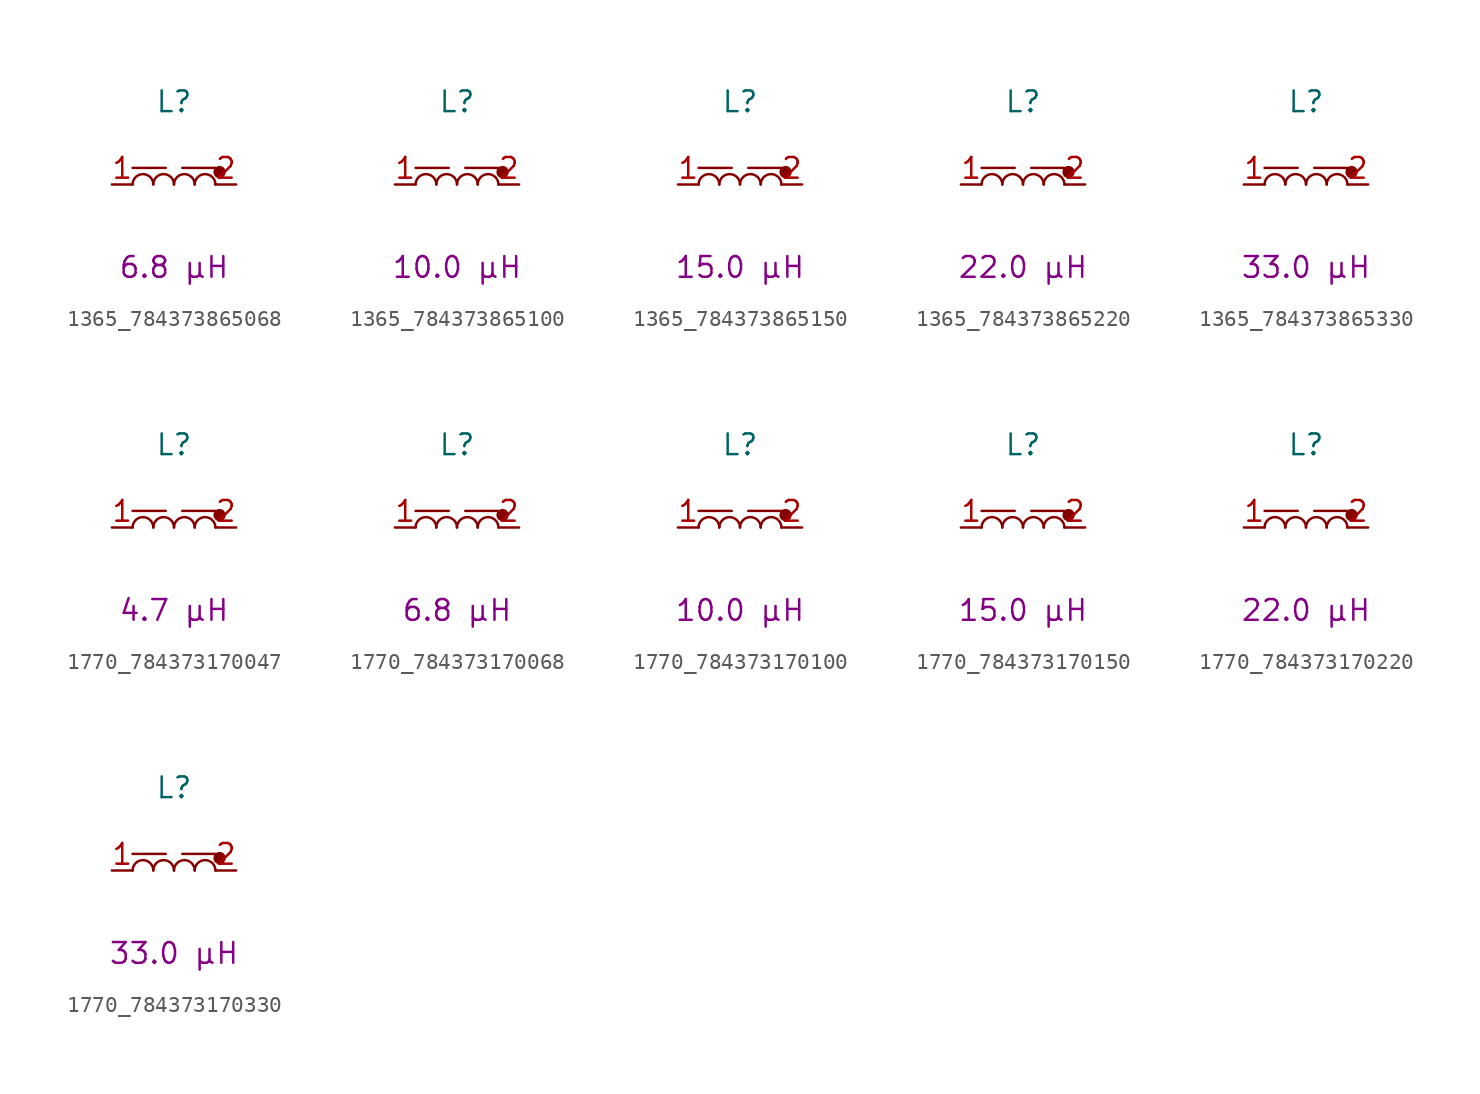
<source format=kicad_sym>
(kicad_symbol_lib
  (version 20220914)
  (generator kicad_symbol_editor)
  (symbol "1365_784373865068"
    (pin_names hide)
    (property "Reference" "L"
      (at 0 5.08 0)
      (effects (font (size 1.27 1.27))))
    (property "Critical Parameter" "6.8 µH"
      (at 0 -5.08 0)
      (effects (font (size 1.27 1.27))))
    (symbol "1365_784373865068_0_1"
      (arc (start -1.27 0) (mid -1.905 0.6323) (end -2.54 0) (stroke (width 0) (type default)) (fill (type none)))
      (arc (start 0 0) (mid -0.635 0.6323) (end -1.27 0) (stroke (width 0) (type default)) (fill (type none)))
      (polyline (pts (xy -2.54 1.016) (xy -0.508 1.016)) (stroke (width 0) (type default)) (fill (type none)))
      (arc (start 1.27 0) (mid 0.635 0.6323) (end 0 0) (stroke (width 0) (type default)) (fill (type none)))
      (arc (start 2.54 0) (mid 1.905 0.6323) (end 1.27 0) (stroke (width 0) (type default)) (fill (type none))))
    (symbol "1365_784373865068_1_1"
      (polyline (pts (xy 2.54 1.016) (xy 0.508 1.016)) (stroke (width 0) (type default)) (fill (type none)))
      (circle (center 2.794 0.762) (radius 0.0001) (stroke (width 0.381) (type default)) (fill (type none)))
      (pin passive line (at -3.81 0 0) (length 1.27) (name "1" (effects (font (size 1.27 1.27)))) (number "1" (effects (font (size 1.27 1.27)))))
      (pin passive line (at 3.81 0 180) (length 1.27) (name "2" (effects (font (size 1.27 1.27)))) (number "2" (effects (font (size 1.27 1.27)))))))
  (symbol "1365_784373865100"
    (pin_names hide)
    (property "Reference" "L"
      (at 0 5.08 0)
      (effects (font (size 1.27 1.27))))
    (property "Critical Parameter" "10.0 µH"
      (at 0 -5.08 0)
      (effects (font (size 1.27 1.27))))
    (symbol "1365_784373865100_0_1"
      (arc (start -1.27 0) (mid -1.905 0.6323) (end -2.54 0) (stroke (width 0) (type default)) (fill (type none)))
      (arc (start 0 0) (mid -0.635 0.6323) (end -1.27 0) (stroke (width 0) (type default)) (fill (type none)))
      (polyline (pts (xy -2.54 1.016) (xy -0.508 1.016)) (stroke (width 0) (type default)) (fill (type none)))
      (arc (start 1.27 0) (mid 0.635 0.6323) (end 0 0) (stroke (width 0) (type default)) (fill (type none)))
      (arc (start 2.54 0) (mid 1.905 0.6323) (end 1.27 0) (stroke (width 0) (type default)) (fill (type none))))
    (symbol "1365_784373865100_1_1"
      (polyline (pts (xy 2.54 1.016) (xy 0.508 1.016)) (stroke (width 0) (type default)) (fill (type none)))
      (circle (center 2.794 0.762) (radius 0.0001) (stroke (width 0.381) (type default)) (fill (type none)))
      (pin passive line (at -3.81 0 0) (length 1.27) (name "1" (effects (font (size 1.27 1.27)))) (number "1" (effects (font (size 1.27 1.27)))))
      (pin passive line (at 3.81 0 180) (length 1.27) (name "2" (effects (font (size 1.27 1.27)))) (number "2" (effects (font (size 1.27 1.27)))))))
  (symbol "1365_784373865150"
    (pin_names hide)
    (property "Reference" "L"
      (at 0 5.08 0)
      (effects (font (size 1.27 1.27))))
    (property "Critical Parameter" "15.0 µH"
      (at 0 -5.08 0)
      (effects (font (size 1.27 1.27))))
    (symbol "1365_784373865150_0_1"
      (arc (start -1.27 0) (mid -1.905 0.6323) (end -2.54 0) (stroke (width 0) (type default)) (fill (type none)))
      (arc (start 0 0) (mid -0.635 0.6323) (end -1.27 0) (stroke (width 0) (type default)) (fill (type none)))
      (polyline (pts (xy -2.54 1.016) (xy -0.508 1.016)) (stroke (width 0) (type default)) (fill (type none)))
      (arc (start 1.27 0) (mid 0.635 0.6323) (end 0 0) (stroke (width 0) (type default)) (fill (type none)))
      (arc (start 2.54 0) (mid 1.905 0.6323) (end 1.27 0) (stroke (width 0) (type default)) (fill (type none))))
    (symbol "1365_784373865150_1_1"
      (polyline (pts (xy 2.54 1.016) (xy 0.508 1.016)) (stroke (width 0) (type default)) (fill (type none)))
      (circle (center 2.794 0.762) (radius 0.0001) (stroke (width 0.381) (type default)) (fill (type none)))
      (pin passive line (at -3.81 0 0) (length 1.27) (name "1" (effects (font (size 1.27 1.27)))) (number "1" (effects (font (size 1.27 1.27)))))
      (pin passive line (at 3.81 0 180) (length 1.27) (name "2" (effects (font (size 1.27 1.27)))) (number "2" (effects (font (size 1.27 1.27)))))))
  (symbol "1365_784373865220"
    (pin_names hide)
    (property "Reference" "L"
      (at 0 5.08 0)
      (effects (font (size 1.27 1.27))))
    (property "Critical Parameter" "22.0 µH"
      (at 0 -5.08 0)
      (effects (font (size 1.27 1.27))))
    (symbol "1365_784373865220_0_1"
      (arc (start -1.27 0) (mid -1.905 0.6323) (end -2.54 0) (stroke (width 0) (type default)) (fill (type none)))
      (arc (start 0 0) (mid -0.635 0.6323) (end -1.27 0) (stroke (width 0) (type default)) (fill (type none)))
      (polyline (pts (xy -2.54 1.016) (xy -0.508 1.016)) (stroke (width 0) (type default)) (fill (type none)))
      (arc (start 1.27 0) (mid 0.635 0.6323) (end 0 0) (stroke (width 0) (type default)) (fill (type none)))
      (arc (start 2.54 0) (mid 1.905 0.6323) (end 1.27 0) (stroke (width 0) (type default)) (fill (type none))))
    (symbol "1365_784373865220_1_1"
      (polyline (pts (xy 2.54 1.016) (xy 0.508 1.016)) (stroke (width 0) (type default)) (fill (type none)))
      (circle (center 2.794 0.762) (radius 0.0001) (stroke (width 0.381) (type default)) (fill (type none)))
      (pin passive line (at -3.81 0 0) (length 1.27) (name "1" (effects (font (size 1.27 1.27)))) (number "1" (effects (font (size 1.27 1.27)))))
      (pin passive line (at 3.81 0 180) (length 1.27) (name "2" (effects (font (size 1.27 1.27)))) (number "2" (effects (font (size 1.27 1.27)))))))
  (symbol "1365_784373865330"
    (pin_names hide)
    (property "Reference" "L"
      (at 0 5.08 0)
      (effects (font (size 1.27 1.27))))
    (property "Critical Parameter" "33.0 µH"
      (at 0 -5.08 0)
      (effects (font (size 1.27 1.27))))
    (symbol "1365_784373865330_0_1"
      (arc (start -1.27 0) (mid -1.905 0.6323) (end -2.54 0) (stroke (width 0) (type default)) (fill (type none)))
      (arc (start 0 0) (mid -0.635 0.6323) (end -1.27 0) (stroke (width 0) (type default)) (fill (type none)))
      (polyline (pts (xy -2.54 1.016) (xy -0.508 1.016)) (stroke (width 0) (type default)) (fill (type none)))
      (arc (start 1.27 0) (mid 0.635 0.6323) (end 0 0) (stroke (width 0) (type default)) (fill (type none)))
      (arc (start 2.54 0) (mid 1.905 0.6323) (end 1.27 0) (stroke (width 0) (type default)) (fill (type none))))
    (symbol "1365_784373865330_1_1"
      (polyline (pts (xy 2.54 1.016) (xy 0.508 1.016)) (stroke (width 0) (type default)) (fill (type none)))
      (circle (center 2.794 0.762) (radius 0.0001) (stroke (width 0.381) (type default)) (fill (type none)))
      (pin passive line (at -3.81 0 0) (length 1.27) (name "1" (effects (font (size 1.27 1.27)))) (number "1" (effects (font (size 1.27 1.27)))))
      (pin passive line (at 3.81 0 180) (length 1.27) (name "2" (effects (font (size 1.27 1.27)))) (number "2" (effects (font (size 1.27 1.27)))))))
  (symbol "1770_784373170047"
    (pin_names hide)
    (property "Reference" "L"
      (at 0 5.08 0)
      (effects (font (size 1.27 1.27))))
    (property "Critical Parameter" "4.7 µH"
      (at 0 -5.08 0)
      (effects (font (size 1.27 1.27))))
    (symbol "1770_784373170047_0_1"
      (arc (start -1.27 0) (mid -1.905 0.6323) (end -2.54 0) (stroke (width 0) (type default)) (fill (type none)))
      (arc (start 0 0) (mid -0.635 0.6323) (end -1.27 0) (stroke (width 0) (type default)) (fill (type none)))
      (polyline (pts (xy -2.54 1.016) (xy -0.508 1.016)) (stroke (width 0) (type default)) (fill (type none)))
      (arc (start 1.27 0) (mid 0.635 0.6323) (end 0 0) (stroke (width 0) (type default)) (fill (type none)))
      (arc (start 2.54 0) (mid 1.905 0.6323) (end 1.27 0) (stroke (width 0) (type default)) (fill (type none))))
    (symbol "1770_784373170047_1_1"
      (polyline (pts (xy 2.54 1.016) (xy 0.508 1.016)) (stroke (width 0) (type default)) (fill (type none)))
      (circle (center 2.794 0.762) (radius 0.0001) (stroke (width 0.381) (type default)) (fill (type none)))
      (pin passive line (at -3.81 0 0) (length 1.27) (name "1" (effects (font (size 1.27 1.27)))) (number "1" (effects (font (size 1.27 1.27)))))
      (pin passive line (at 3.81 0 180) (length 1.27) (name "2" (effects (font (size 1.27 1.27)))) (number "2" (effects (font (size 1.27 1.27)))))))
  (symbol "1770_784373170068"
    (pin_names hide)
    (property "Reference" "L"
      (at 0 5.08 0)
      (effects (font (size 1.27 1.27))))
    (property "Critical Parameter" "6.8 µH"
      (at 0 -5.08 0)
      (effects (font (size 1.27 1.27))))
    (symbol "1770_784373170068_0_1"
      (arc (start -1.27 0) (mid -1.905 0.6323) (end -2.54 0) (stroke (width 0) (type default)) (fill (type none)))
      (arc (start 0 0) (mid -0.635 0.6323) (end -1.27 0) (stroke (width 0) (type default)) (fill (type none)))
      (polyline (pts (xy -2.54 1.016) (xy -0.508 1.016)) (stroke (width 0) (type default)) (fill (type none)))
      (arc (start 1.27 0) (mid 0.635 0.6323) (end 0 0) (stroke (width 0) (type default)) (fill (type none)))
      (arc (start 2.54 0) (mid 1.905 0.6323) (end 1.27 0) (stroke (width 0) (type default)) (fill (type none))))
    (symbol "1770_784373170068_1_1"
      (polyline (pts (xy 2.54 1.016) (xy 0.508 1.016)) (stroke (width 0) (type default)) (fill (type none)))
      (circle (center 2.794 0.762) (radius 0.0001) (stroke (width 0.381) (type default)) (fill (type none)))
      (pin passive line (at -3.81 0 0) (length 1.27) (name "1" (effects (font (size 1.27 1.27)))) (number "1" (effects (font (size 1.27 1.27)))))
      (pin passive line (at 3.81 0 180) (length 1.27) (name "2" (effects (font (size 1.27 1.27)))) (number "2" (effects (font (size 1.27 1.27)))))))
  (symbol "1770_784373170100"
    (pin_names hide)
    (property "Reference" "L"
      (at 0 5.08 0)
      (effects (font (size 1.27 1.27))))
    (property "Critical Parameter" "10.0 µH"
      (at 0 -5.08 0)
      (effects (font (size 1.27 1.27))))
    (symbol "1770_784373170100_0_1"
      (arc (start -1.27 0) (mid -1.905 0.6323) (end -2.54 0) (stroke (width 0) (type default)) (fill (type none)))
      (arc (start 0 0) (mid -0.635 0.6323) (end -1.27 0) (stroke (width 0) (type default)) (fill (type none)))
      (polyline (pts (xy -2.54 1.016) (xy -0.508 1.016)) (stroke (width 0) (type default)) (fill (type none)))
      (arc (start 1.27 0) (mid 0.635 0.6323) (end 0 0) (stroke (width 0) (type default)) (fill (type none)))
      (arc (start 2.54 0) (mid 1.905 0.6323) (end 1.27 0) (stroke (width 0) (type default)) (fill (type none))))
    (symbol "1770_784373170100_1_1"
      (polyline (pts (xy 2.54 1.016) (xy 0.508 1.016)) (stroke (width 0) (type default)) (fill (type none)))
      (circle (center 2.794 0.762) (radius 0.0001) (stroke (width 0.381) (type default)) (fill (type none)))
      (pin passive line (at -3.81 0 0) (length 1.27) (name "1" (effects (font (size 1.27 1.27)))) (number "1" (effects (font (size 1.27 1.27)))))
      (pin passive line (at 3.81 0 180) (length 1.27) (name "2" (effects (font (size 1.27 1.27)))) (number "2" (effects (font (size 1.27 1.27)))))))
  (symbol "1770_784373170150"
    (pin_names hide)
    (property "Reference" "L"
      (at 0 5.08 0)
      (effects (font (size 1.27 1.27))))
    (property "Critical Parameter" "15.0 µH"
      (at 0 -5.08 0)
      (effects (font (size 1.27 1.27))))
    (symbol "1770_784373170150_0_1"
      (arc (start -1.27 0) (mid -1.905 0.6323) (end -2.54 0) (stroke (width 0) (type default)) (fill (type none)))
      (arc (start 0 0) (mid -0.635 0.6323) (end -1.27 0) (stroke (width 0) (type default)) (fill (type none)))
      (polyline (pts (xy -2.54 1.016) (xy -0.508 1.016)) (stroke (width 0) (type default)) (fill (type none)))
      (arc (start 1.27 0) (mid 0.635 0.6323) (end 0 0) (stroke (width 0) (type default)) (fill (type none)))
      (arc (start 2.54 0) (mid 1.905 0.6323) (end 1.27 0) (stroke (width 0) (type default)) (fill (type none))))
    (symbol "1770_784373170150_1_1"
      (polyline (pts (xy 2.54 1.016) (xy 0.508 1.016)) (stroke (width 0) (type default)) (fill (type none)))
      (circle (center 2.794 0.762) (radius 0.0001) (stroke (width 0.381) (type default)) (fill (type none)))
      (pin passive line (at -3.81 0 0) (length 1.27) (name "1" (effects (font (size 1.27 1.27)))) (number "1" (effects (font (size 1.27 1.27)))))
      (pin passive line (at 3.81 0 180) (length 1.27) (name "2" (effects (font (size 1.27 1.27)))) (number "2" (effects (font (size 1.27 1.27)))))))
  (symbol "1770_784373170220"
    (pin_names hide)
    (property "Reference" "L"
      (at 0 5.08 0)
      (effects (font (size 1.27 1.27))))
    (property "Critical Parameter" "22.0 µH"
      (at 0 -5.08 0)
      (effects (font (size 1.27 1.27))))
    (symbol "1770_784373170220_0_1"
      (arc (start -1.27 0) (mid -1.905 0.6323) (end -2.54 0) (stroke (width 0) (type default)) (fill (type none)))
      (arc (start 0 0) (mid -0.635 0.6323) (end -1.27 0) (stroke (width 0) (type default)) (fill (type none)))
      (polyline (pts (xy -2.54 1.016) (xy -0.508 1.016)) (stroke (width 0) (type default)) (fill (type none)))
      (arc (start 1.27 0) (mid 0.635 0.6323) (end 0 0) (stroke (width 0) (type default)) (fill (type none)))
      (arc (start 2.54 0) (mid 1.905 0.6323) (end 1.27 0) (stroke (width 0) (type default)) (fill (type none))))
    (symbol "1770_784373170220_1_1"
      (polyline (pts (xy 2.54 1.016) (xy 0.508 1.016)) (stroke (width 0) (type default)) (fill (type none)))
      (circle (center 2.794 0.762) (radius 0.0001) (stroke (width 0.381) (type default)) (fill (type none)))
      (pin passive line (at -3.81 0 0) (length 1.27) (name "1" (effects (font (size 1.27 1.27)))) (number "1" (effects (font (size 1.27 1.27)))))
      (pin passive line (at 3.81 0 180) (length 1.27) (name "2" (effects (font (size 1.27 1.27)))) (number "2" (effects (font (size 1.27 1.27)))))))
  (symbol "1770_784373170330"
    (pin_names hide)
    (property "Reference" "L"
      (at 0 5.08 0)
      (effects (font (size 1.27 1.27))))
    (property "Critical Parameter" "33.0 µH"
      (at 0 -5.08 0)
      (effects (font (size 1.27 1.27))))
    (symbol "1770_784373170330_0_1"
      (arc (start -1.27 0) (mid -1.905 0.6323) (end -2.54 0) (stroke (width 0) (type default)) (fill (type none)))
      (arc (start 0 0) (mid -0.635 0.6323) (end -1.27 0) (stroke (width 0) (type default)) (fill (type none)))
      (polyline (pts (xy -2.54 1.016) (xy -0.508 1.016)) (stroke (width 0) (type default)) (fill (type none)))
      (arc (start 1.27 0) (mid 0.635 0.6323) (end 0 0) (stroke (width 0) (type default)) (fill (type none)))
      (arc (start 2.54 0) (mid 1.905 0.6323) (end 1.27 0) (stroke (width 0) (type default)) (fill (type none))))
    (symbol "1770_784373170330_1_1"
      (polyline (pts (xy 2.54 1.016) (xy 0.508 1.016)) (stroke (width 0) (type default)) (fill (type none)))
      (circle (center 2.794 0.762) (radius 0.0001) (stroke (width 0.381) (type default)) (fill (type none)))
      (pin passive line (at -3.81 0 0) (length 1.27) (name "1" (effects (font (size 1.27 1.27)))) (number "1" (effects (font (size 1.27 1.27)))))
      (pin passive line (at 3.81 0 180) (length 1.27) (name "2" (effects (font (size 1.27 1.27)))) (number "2" (effects (font (size 1.27 1.27))))))))
</source>
